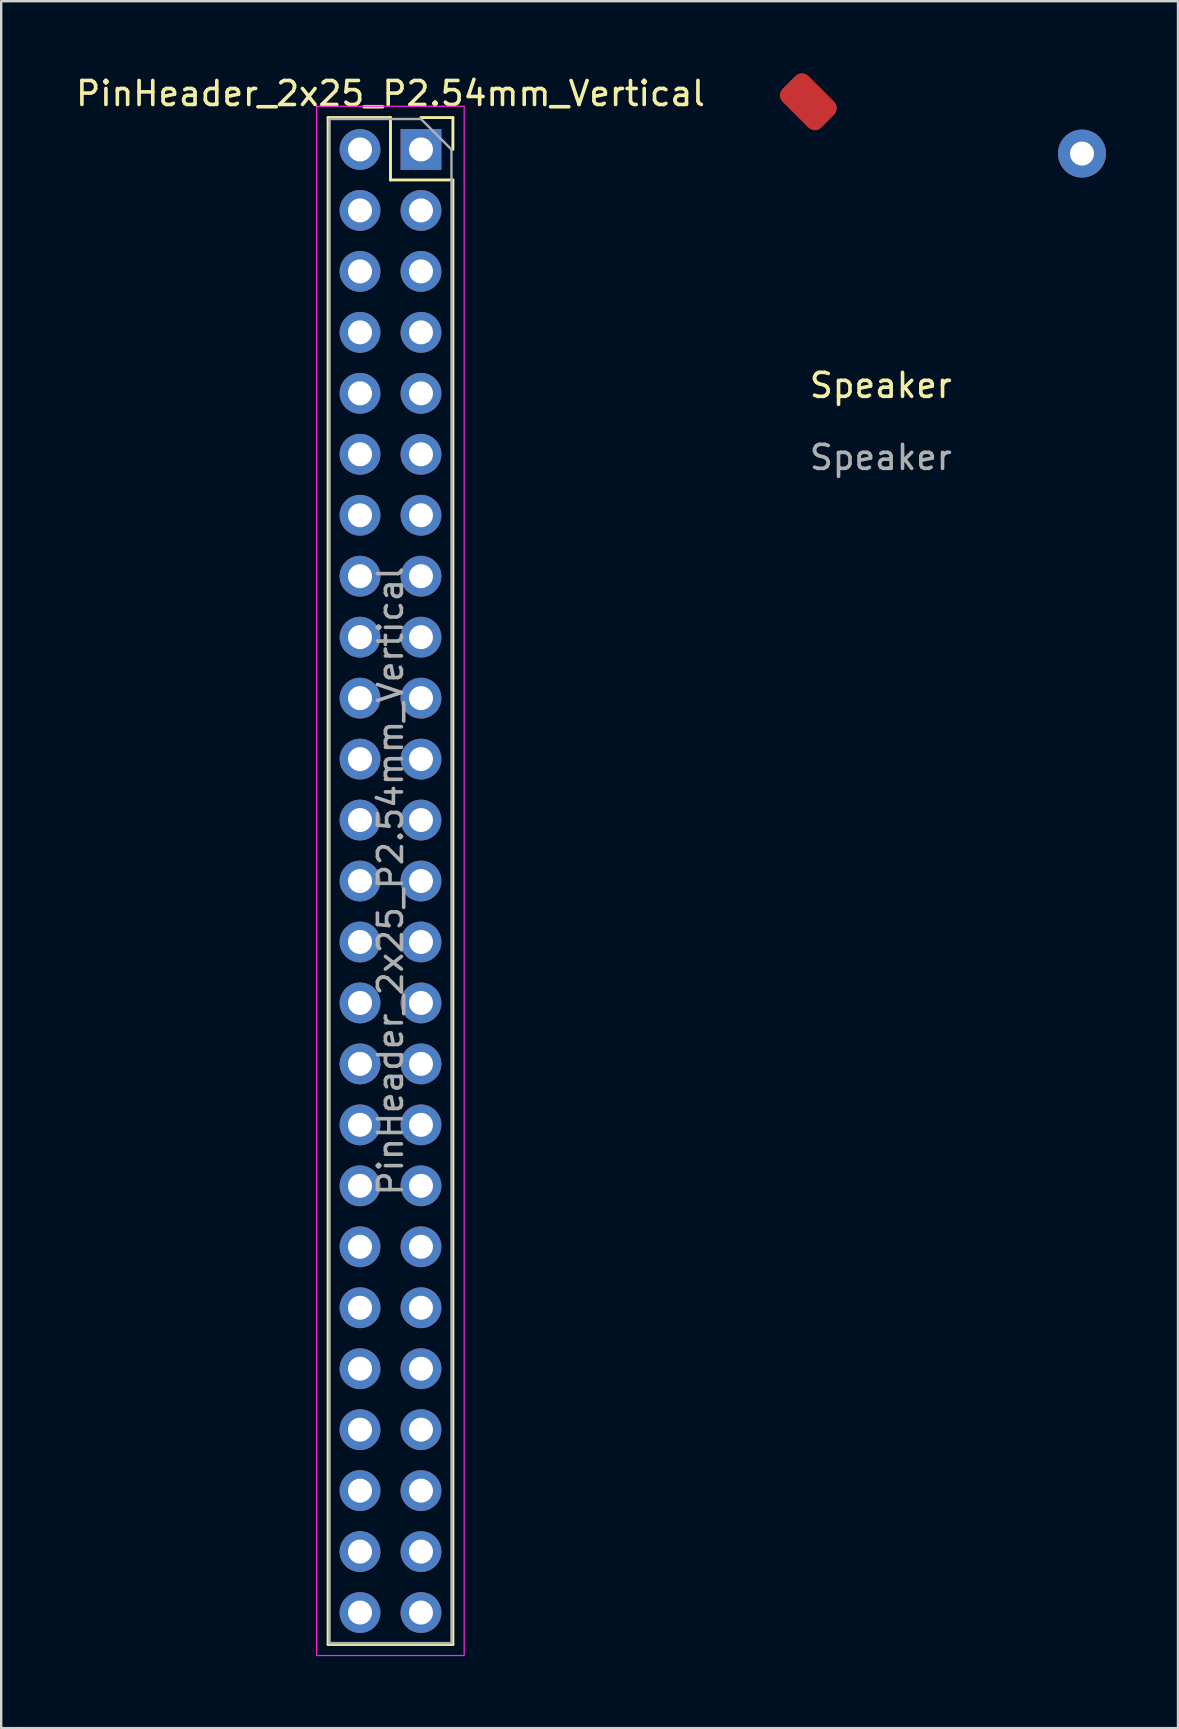
<source format=kicad_pcb>
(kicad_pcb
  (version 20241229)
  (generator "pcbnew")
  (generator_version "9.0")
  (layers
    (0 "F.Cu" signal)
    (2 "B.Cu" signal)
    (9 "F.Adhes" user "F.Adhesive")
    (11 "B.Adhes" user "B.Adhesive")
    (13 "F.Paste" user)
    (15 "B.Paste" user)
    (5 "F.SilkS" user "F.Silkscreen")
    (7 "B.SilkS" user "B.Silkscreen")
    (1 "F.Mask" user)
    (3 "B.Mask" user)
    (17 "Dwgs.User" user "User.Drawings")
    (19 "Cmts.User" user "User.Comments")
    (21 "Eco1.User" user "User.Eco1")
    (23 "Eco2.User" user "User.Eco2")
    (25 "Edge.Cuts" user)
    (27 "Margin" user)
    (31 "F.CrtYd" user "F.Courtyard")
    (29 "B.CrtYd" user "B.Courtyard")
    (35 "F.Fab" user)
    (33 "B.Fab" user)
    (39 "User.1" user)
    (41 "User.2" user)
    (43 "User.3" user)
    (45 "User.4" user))
  (footprint "Speaker"
    (layer "F.Cu")
    (at 33.65 13.509)
    (property "Reference" "Speaker" (at 0 -0.5 0) (unlocked yes) (layer "F.SilkS") (effects (font (size 1 1) (thickness 0.15))))
    (attr smd)
    (fp_text user "${REFERENCE}" (at 0 2.5 0) (unlocked yes) (layer "F.Fab") (effects (font (size 1 1) (thickness 0.15))))
    (pad "1" thru_hole circle (at 8.382 -10.16) (size 2 2) (drill 1) (layers "*.Cu" "*.Mask"))
    (pad "2" smd roundrect (at -3.02 -12.32 315) (size 2.286 1.524) (layers "F.Cu" "F.Mask" "F.Paste") (roundrect_rratio 0.25)))
  (footprint "PinHeader_2x25_P2.54mm_Vertical"
    (layer "F.Cu")
    (at 11.11 3.178)
    (property "Reference" "PinHeader_2x25_P2.54mm_Vertical" (at 2.11 -2.33 0) (layer "F.SilkS") (effects (font (size 1 1) (thickness 0.15))))
    (attr through_hole)
    (fp_line (start -0.49 -1.33) (end -0.49 62.29) (stroke (width 0.12) (type solid)) (layer "F.SilkS"))
    (fp_line (start 2.11 -1.33) (end -0.49 -1.33) (stroke (width 0.12) (type solid)) (layer "F.SilkS"))
    (fp_line (start 2.11 1.27) (end 2.11 -1.33) (stroke (width 0.12) (type solid)) (layer "F.SilkS"))
    (fp_line (start 4.71 -1.33) (end 3.38 -1.33) (stroke (width 0.12) (type solid)) (layer "F.SilkS"))
    (fp_line (start 4.71 0) (end 4.71 -1.33) (stroke (width 0.12) (type solid)) (layer "F.SilkS"))
    (fp_line (start 4.71 1.27) (end 2.11 1.27) (stroke (width 0.12) (type solid)) (layer "F.SilkS"))
    (fp_line (start 4.71 1.27) (end 4.71 62.29) (stroke (width 0.12) (type solid)) (layer "F.SilkS"))
    (fp_line (start 4.71 62.29) (end -0.49 62.29) (stroke (width 0.12) (type solid)) (layer "F.SilkS"))
    (fp_line (start -0.97 -1.8) (end 5.18 -1.8) (stroke (width 0.05) (type solid)) (layer "F.CrtYd"))
    (fp_line (start -0.97 62.75) (end -0.97 -1.8) (stroke (width 0.05) (type solid)) (layer "F.CrtYd"))
    (fp_line (start 5.18 -1.8) (end 5.18 62.75) (stroke (width 0.05) (type solid)) (layer "F.CrtYd"))
    (fp_line (start 5.18 62.75) (end -0.97 62.75) (stroke (width 0.05) (type solid)) (layer "F.CrtYd"))
    (fp_line (start -0.43 -1.27) (end -0.43 62.23) (stroke (width 0.1) (type solid)) (layer "F.Fab"))
    (fp_line (start -0.43 62.23) (end 4.65 62.23) (stroke (width 0.1) (type solid)) (layer "F.Fab"))
    (fp_line (start 3.38 -1.27) (end -0.43 -1.27) (stroke (width 0.1) (type solid)) (layer "F.Fab"))
    (fp_line (start 4.65 0) (end 3.38 -1.27) (stroke (width 0.1) (type solid)) (layer "F.Fab"))
    (fp_line (start 4.65 62.23) (end 4.65 0) (stroke (width 0.1) (type solid)) (layer "F.Fab"))
    (fp_text user "${REFERENCE}" (at 2.11 30.48 90) (layer "F.Fab") (effects (font (size 1 1) (thickness 0.15))))
    (pad "1" thru_hole rect (at 3.38 0) (size 1.7 1.7) (drill 1) (layers "*.Cu" "*.Mask"))
    (pad "2" thru_hole oval (at 0.84 0) (size 1.7 1.7) (drill 1) (layers "*.Cu" "*.Mask"))
    (pad "3" thru_hole oval (at 3.38 2.54) (size 1.7 1.7) (drill 1) (layers "*.Cu" "*.Mask"))
    (pad "4" thru_hole oval (at 0.84 2.54) (size 1.7 1.7) (drill 1) (layers "*.Cu" "*.Mask"))
    (pad "5" thru_hole oval (at 3.38 5.08) (size 1.7 1.7) (drill 1) (layers "*.Cu" "*.Mask"))
    (pad "6" thru_hole oval (at 0.84 5.08) (size 1.7 1.7) (drill 1) (layers "*.Cu" "*.Mask"))
    (pad "7" thru_hole oval (at 3.38 7.62) (size 1.7 1.7) (drill 1) (layers "*.Cu" "*.Mask"))
    (pad "8" thru_hole oval (at 0.84 7.62) (size 1.7 1.7) (drill 1) (layers "*.Cu" "*.Mask"))
    (pad "9" thru_hole oval (at 3.38 10.16) (size 1.7 1.7) (drill 1) (layers "*.Cu" "*.Mask"))
    (pad "10" thru_hole oval (at 0.84 10.16) (size 1.7 1.7) (drill 1) (layers "*.Cu" "*.Mask"))
    (pad "11" thru_hole oval (at 3.38 12.7) (size 1.7 1.7) (drill 1) (layers "*.Cu" "*.Mask"))
    (pad "12" thru_hole oval (at 0.84 12.7) (size 1.7 1.7) (drill 1) (layers "*.Cu" "*.Mask"))
    (pad "13" thru_hole oval (at 3.38 15.24) (size 1.7 1.7) (drill 1) (layers "*.Cu" "*.Mask"))
    (pad "14" thru_hole oval (at 0.84 15.24) (size 1.7 1.7) (drill 1) (layers "*.Cu" "*.Mask"))
    (pad "15" thru_hole oval (at 3.38 17.78) (size 1.7 1.7) (drill 1) (layers "*.Cu" "*.Mask"))
    (pad "16" thru_hole oval (at 0.84 17.78) (size 1.7 1.7) (drill 1) (layers "*.Cu" "*.Mask"))
    (pad "17" thru_hole oval (at 3.38 20.32) (size 1.7 1.7) (drill 1) (layers "*.Cu" "*.Mask"))
    (pad "18" thru_hole oval (at 0.84 20.32) (size 1.7 1.7) (drill 1) (layers "*.Cu" "*.Mask"))
    (pad "19" thru_hole oval (at 3.38 22.86) (size 1.7 1.7) (drill 1) (layers "*.Cu" "*.Mask"))
    (pad "20" thru_hole oval (at 0.84 22.86) (size 1.7 1.7) (drill 1) (layers "*.Cu" "*.Mask"))
    (pad "21" thru_hole oval (at 3.38 25.4) (size 1.7 1.7) (drill 1) (layers "*.Cu" "*.Mask"))
    (pad "22" thru_hole oval (at 0.84 25.4) (size 1.7 1.7) (drill 1) (layers "*.Cu" "*.Mask"))
    (pad "23" thru_hole oval (at 3.38 27.94) (size 1.7 1.7) (drill 1) (layers "*.Cu" "*.Mask"))
    (pad "24" thru_hole oval (at 0.84 27.94) (size 1.7 1.7) (drill 1) (layers "*.Cu" "*.Mask"))
    (pad "25" thru_hole oval (at 3.38 30.48) (size 1.7 1.7) (drill 1) (layers "*.Cu" "*.Mask"))
    (pad "26" thru_hole oval (at 0.84 30.48) (size 1.7 1.7) (drill 1) (layers "*.Cu" "*.Mask"))
    (pad "27" thru_hole oval (at 3.38 33.02) (size 1.7 1.7) (drill 1) (layers "*.Cu" "*.Mask"))
    (pad "28" thru_hole oval (at 0.84 33.02) (size 1.7 1.7) (drill 1) (layers "*.Cu" "*.Mask"))
    (pad "29" thru_hole oval (at 3.38 35.56) (size 1.7 1.7) (drill 1) (layers "*.Cu" "*.Mask"))
    (pad "30" thru_hole oval (at 0.84 35.56) (size 1.7 1.7) (drill 1) (layers "*.Cu" "*.Mask"))
    (pad "31" thru_hole oval (at 3.38 38.1) (size 1.7 1.7) (drill 1) (layers "*.Cu" "*.Mask"))
    (pad "32" thru_hole oval (at 0.84 38.1) (size 1.7 1.7) (drill 1) (layers "*.Cu" "*.Mask"))
    (pad "33" thru_hole oval (at 3.38 40.64) (size 1.7 1.7) (drill 1) (layers "*.Cu" "*.Mask"))
    (pad "34" thru_hole oval (at 0.84 40.64) (size 1.7 1.7) (drill 1) (layers "*.Cu" "*.Mask"))
    (pad "35" thru_hole oval (at 3.38 43.18) (size 1.7 1.7) (drill 1) (layers "*.Cu" "*.Mask"))
    (pad "36" thru_hole oval (at 0.84 43.18) (size 1.7 1.7) (drill 1) (layers "*.Cu" "*.Mask"))
    (pad "37" thru_hole oval (at 3.38 45.72) (size 1.7 1.7) (drill 1) (layers "*.Cu" "*.Mask"))
    (pad "38" thru_hole oval (at 0.84 45.72) (size 1.7 1.7) (drill 1) (layers "*.Cu" "*.Mask"))
    (pad "39" thru_hole oval (at 3.38 48.26) (size 1.7 1.7) (drill 1) (layers "*.Cu" "*.Mask"))
    (pad "40" thru_hole oval (at 0.84 48.26) (size 1.7 1.7) (drill 1) (layers "*.Cu" "*.Mask"))
    (pad "41" thru_hole oval (at 3.38 50.8) (size 1.7 1.7) (drill 1) (layers "*.Cu" "*.Mask"))
    (pad "42" thru_hole oval (at 0.84 50.8) (size 1.7 1.7) (drill 1) (layers "*.Cu" "*.Mask"))
    (pad "43" thru_hole oval (at 3.38 53.34) (size 1.7 1.7) (drill 1) (layers "*.Cu" "*.Mask"))
    (pad "44" thru_hole oval (at 0.84 53.34) (size 1.7 1.7) (drill 1) (layers "*.Cu" "*.Mask"))
    (pad "45" thru_hole oval (at 3.38 55.88) (size 1.7 1.7) (drill 1) (layers "*.Cu" "*.Mask"))
    (pad "46" thru_hole oval (at 0.84 55.88) (size 1.7 1.7) (drill 1) (layers "*.Cu" "*.Mask"))
    (pad "47" thru_hole oval (at 3.38 58.42) (size 1.7 1.7) (drill 1) (layers "*.Cu" "*.Mask"))
    (pad "48" thru_hole oval (at 0.84 58.42) (size 1.7 1.7) (drill 1) (layers "*.Cu" "*.Mask"))
    (pad "49" thru_hole oval (at 3.38 60.96) (size 1.7 1.7) (drill 1) (layers "*.Cu" "*.Mask"))
    (pad "50" thru_hole oval (at 0.84 60.96) (size 1.7 1.7) (drill 1) (layers "*.Cu" "*.Mask")))
  (gr_rect
    (start -3 -3)
    (end 46.032 68.953)
    (stroke (width 0.1) (type default))
    (fill no)
    (layer "Edge.Cuts")))
</source>
